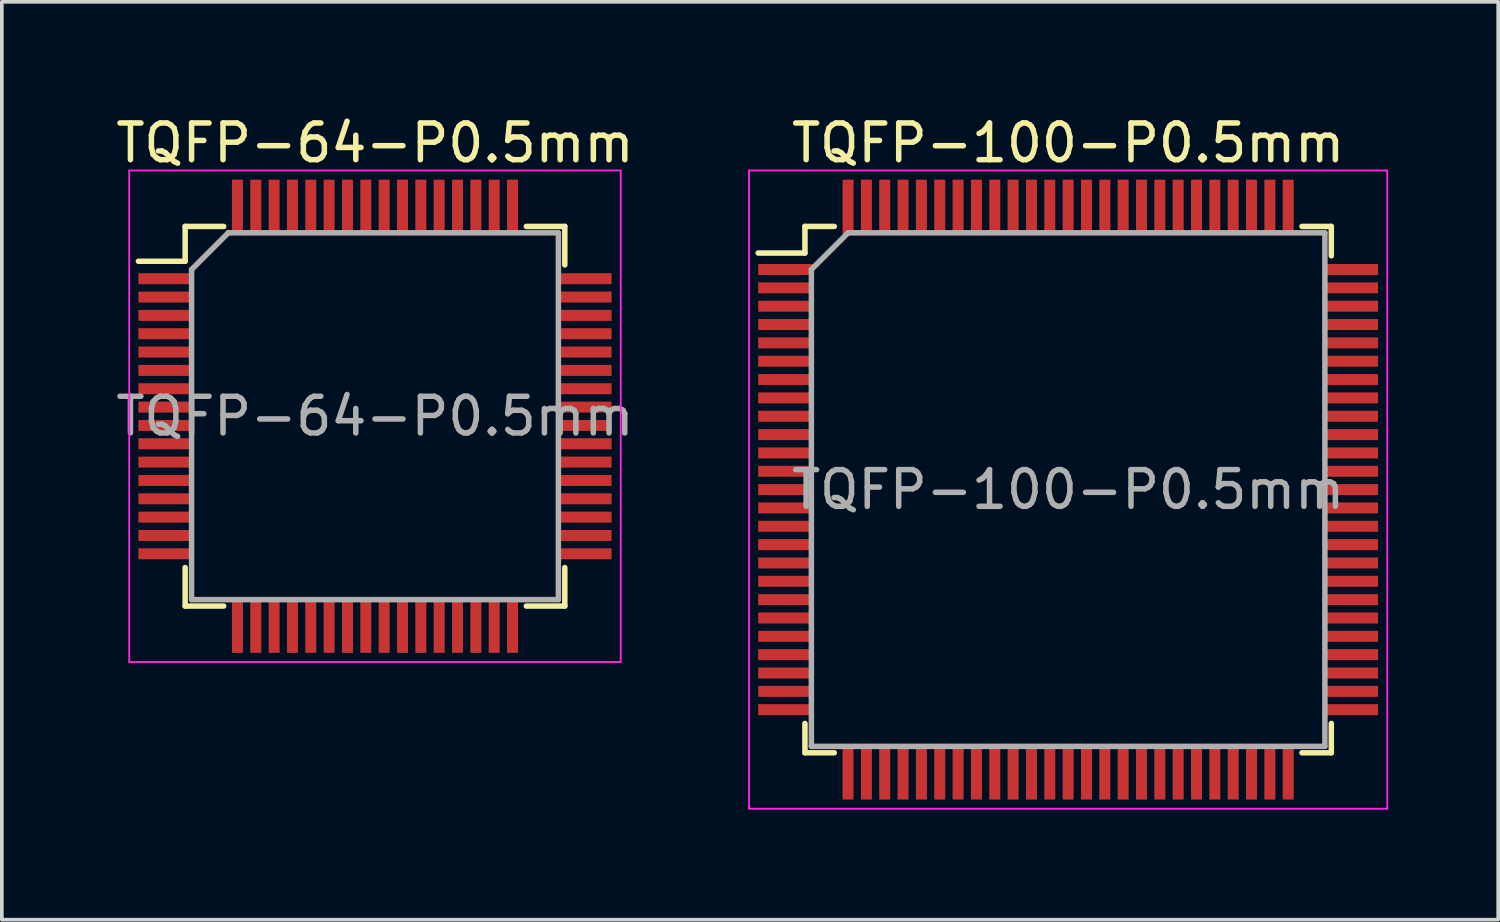
<source format=kicad_pcb>
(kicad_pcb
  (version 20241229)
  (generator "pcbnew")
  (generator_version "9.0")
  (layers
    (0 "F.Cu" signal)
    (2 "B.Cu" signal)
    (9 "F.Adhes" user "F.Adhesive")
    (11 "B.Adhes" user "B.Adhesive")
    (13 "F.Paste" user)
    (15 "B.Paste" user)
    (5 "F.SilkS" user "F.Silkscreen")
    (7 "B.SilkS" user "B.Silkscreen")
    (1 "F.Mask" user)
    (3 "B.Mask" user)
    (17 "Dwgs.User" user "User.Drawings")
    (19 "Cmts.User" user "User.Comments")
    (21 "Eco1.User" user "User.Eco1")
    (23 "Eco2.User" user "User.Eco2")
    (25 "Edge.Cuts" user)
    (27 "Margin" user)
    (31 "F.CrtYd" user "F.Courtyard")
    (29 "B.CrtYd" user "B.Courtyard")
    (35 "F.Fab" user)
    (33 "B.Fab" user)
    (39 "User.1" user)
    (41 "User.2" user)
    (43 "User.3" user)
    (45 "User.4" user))
  (footprint "TQFP-100-P0.5mm"
    (layer "F.Cu")
    (at 26.07 10.298)
    (property "Reference" "TQFP-100-P0.5mm" (at 0 -9.45 0) (layer "F.SilkS") (effects (font (size 1 1) (thickness 0.15))))
    (attr smd)
    (fp_line (start -7.175 -7.175) (end -7.175 -6.45) (stroke (width 0.15) (type solid)) (layer "F.SilkS"))
    (fp_line (start -7.175 -7.175) (end -6.375 -7.175) (stroke (width 0.15) (type solid)) (layer "F.SilkS"))
    (fp_line (start -7.175 -6.45) (end -8.45 -6.45) (stroke (width 0.15) (type solid)) (layer "F.SilkS"))
    (fp_line (start -7.175 7.175) (end -7.175 6.375) (stroke (width 0.15) (type solid)) (layer "F.SilkS"))
    (fp_line (start -7.175 7.175) (end -6.375 7.175) (stroke (width 0.15) (type solid)) (layer "F.SilkS"))
    (fp_line (start 7.175 -7.175) (end 6.375 -7.175) (stroke (width 0.15) (type solid)) (layer "F.SilkS"))
    (fp_line (start 7.175 -7.175) (end 7.175 -6.375) (stroke (width 0.15) (type solid)) (layer "F.SilkS"))
    (fp_line (start 7.175 7.175) (end 6.375 7.175) (stroke (width 0.15) (type solid)) (layer "F.SilkS"))
    (fp_line (start 7.175 7.175) (end 7.175 6.375) (stroke (width 0.15) (type solid)) (layer "F.SilkS"))
    (fp_line (start -8.7 -8.7) (end -8.7 8.7) (stroke (width 0.05) (type solid)) (layer "F.CrtYd"))
    (fp_line (start -8.7 -8.7) (end 8.7 -8.7) (stroke (width 0.05) (type solid)) (layer "F.CrtYd"))
    (fp_line (start -8.7 8.7) (end 8.7 8.7) (stroke (width 0.05) (type solid)) (layer "F.CrtYd"))
    (fp_line (start 8.7 -8.7) (end 8.7 8.7) (stroke (width 0.05) (type solid)) (layer "F.CrtYd"))
    (fp_line (start -7 -6) (end -6 -7) (stroke (width 0.15) (type solid)) (layer "F.Fab"))
    (fp_line (start -7 7) (end -7 -6) (stroke (width 0.15) (type solid)) (layer "F.Fab"))
    (fp_line (start -6 -7) (end 7 -7) (stroke (width 0.15) (type solid)) (layer "F.Fab"))
    (fp_line (start 7 -7) (end 7 7) (stroke (width 0.15) (type solid)) (layer "F.Fab"))
    (fp_line (start 7 7) (end -7 7) (stroke (width 0.15) (type solid)) (layer "F.Fab"))
    (fp_text user "${REFERENCE}" (at 0 0 0) (layer "F.Fab") (effects (font (size 1 1) (thickness 0.15))))
    (pad "1" smd rect (at -7.7 -6) (size 1.5 0.3) (layers "F.Cu" "F.Mask" "F.Paste"))
    (pad "2" smd rect (at -7.7 -5.5) (size 1.5 0.3) (layers "F.Cu" "F.Mask" "F.Paste"))
    (pad "3" smd rect (at -7.7 -5) (size 1.5 0.3) (layers "F.Cu" "F.Mask" "F.Paste"))
    (pad "4" smd rect (at -7.7 -4.5) (size 1.5 0.3) (layers "F.Cu" "F.Mask" "F.Paste"))
    (pad "5" smd rect (at -7.7 -4) (size 1.5 0.3) (layers "F.Cu" "F.Mask" "F.Paste"))
    (pad "6" smd rect (at -7.7 -3.5) (size 1.5 0.3) (layers "F.Cu" "F.Mask" "F.Paste"))
    (pad "7" smd rect (at -7.7 -3) (size 1.5 0.3) (layers "F.Cu" "F.Mask" "F.Paste"))
    (pad "8" smd rect (at -7.7 -2.5) (size 1.5 0.3) (layers "F.Cu" "F.Mask" "F.Paste"))
    (pad "9" smd rect (at -7.7 -2) (size 1.5 0.3) (layers "F.Cu" "F.Mask" "F.Paste"))
    (pad "10" smd rect (at -7.7 -1.5) (size 1.5 0.3) (layers "F.Cu" "F.Mask" "F.Paste"))
    (pad "11" smd rect (at -7.7 -1) (size 1.5 0.3) (layers "F.Cu" "F.Mask" "F.Paste"))
    (pad "12" smd rect (at -7.7 -0.5) (size 1.5 0.3) (layers "F.Cu" "F.Mask" "F.Paste"))
    (pad "13" smd rect (at -7.7 0) (size 1.5 0.3) (layers "F.Cu" "F.Mask" "F.Paste"))
    (pad "14" smd rect (at -7.7 0.5) (size 1.5 0.3) (layers "F.Cu" "F.Mask" "F.Paste"))
    (pad "15" smd rect (at -7.7 1) (size 1.5 0.3) (layers "F.Cu" "F.Mask" "F.Paste"))
    (pad "16" smd rect (at -7.7 1.5) (size 1.5 0.3) (layers "F.Cu" "F.Mask" "F.Paste"))
    (pad "17" smd rect (at -7.7 2) (size 1.5 0.3) (layers "F.Cu" "F.Mask" "F.Paste"))
    (pad "18" smd rect (at -7.7 2.5) (size 1.5 0.3) (layers "F.Cu" "F.Mask" "F.Paste"))
    (pad "19" smd rect (at -7.7 3) (size 1.5 0.3) (layers "F.Cu" "F.Mask" "F.Paste"))
    (pad "20" smd rect (at -7.7 3.5) (size 1.5 0.3) (layers "F.Cu" "F.Mask" "F.Paste"))
    (pad "21" smd rect (at -7.7 4) (size 1.5 0.3) (layers "F.Cu" "F.Mask" "F.Paste"))
    (pad "22" smd rect (at -7.7 4.5) (size 1.5 0.3) (layers "F.Cu" "F.Mask" "F.Paste"))
    (pad "23" smd rect (at -7.7 5) (size 1.5 0.3) (layers "F.Cu" "F.Mask" "F.Paste"))
    (pad "24" smd rect (at -7.7 5.5) (size 1.5 0.3) (layers "F.Cu" "F.Mask" "F.Paste"))
    (pad "25" smd rect (at -7.7 6) (size 1.5 0.3) (layers "F.Cu" "F.Mask" "F.Paste"))
    (pad "26" smd rect (at -6 7.7 90) (size 1.5 0.3) (layers "F.Cu" "F.Mask" "F.Paste"))
    (pad "27" smd rect (at -5.5 7.7 90) (size 1.5 0.3) (layers "F.Cu" "F.Mask" "F.Paste"))
    (pad "28" smd rect (at -5 7.7 90) (size 1.5 0.3) (layers "F.Cu" "F.Mask" "F.Paste"))
    (pad "29" smd rect (at -4.5 7.7 90) (size 1.5 0.3) (layers "F.Cu" "F.Mask" "F.Paste"))
    (pad "30" smd rect (at -4 7.7 90) (size 1.5 0.3) (layers "F.Cu" "F.Mask" "F.Paste"))
    (pad "31" smd rect (at -3.5 7.7 90) (size 1.5 0.3) (layers "F.Cu" "F.Mask" "F.Paste"))
    (pad "32" smd rect (at -3 7.7 90) (size 1.5 0.3) (layers "F.Cu" "F.Mask" "F.Paste"))
    (pad "33" smd rect (at -2.5 7.7 90) (size 1.5 0.3) (layers "F.Cu" "F.Mask" "F.Paste"))
    (pad "34" smd rect (at -2 7.7 90) (size 1.5 0.3) (layers "F.Cu" "F.Mask" "F.Paste"))
    (pad "35" smd rect (at -1.5 7.7 90) (size 1.5 0.3) (layers "F.Cu" "F.Mask" "F.Paste"))
    (pad "36" smd rect (at -1 7.7 90) (size 1.5 0.3) (layers "F.Cu" "F.Mask" "F.Paste"))
    (pad "37" smd rect (at -0.5 7.7 90) (size 1.5 0.3) (layers "F.Cu" "F.Mask" "F.Paste"))
    (pad "38" smd rect (at 0 7.7 90) (size 1.5 0.3) (layers "F.Cu" "F.Mask" "F.Paste"))
    (pad "39" smd rect (at 0.5 7.7 90) (size 1.5 0.3) (layers "F.Cu" "F.Mask" "F.Paste"))
    (pad "40" smd rect (at 1 7.7 90) (size 1.5 0.3) (layers "F.Cu" "F.Mask" "F.Paste"))
    (pad "41" smd rect (at 1.5 7.7 90) (size 1.5 0.3) (layers "F.Cu" "F.Mask" "F.Paste"))
    (pad "42" smd rect (at 2 7.7 90) (size 1.5 0.3) (layers "F.Cu" "F.Mask" "F.Paste"))
    (pad "43" smd rect (at 2.5 7.7 90) (size 1.5 0.3) (layers "F.Cu" "F.Mask" "F.Paste"))
    (pad "44" smd rect (at 3 7.7 90) (size 1.5 0.3) (layers "F.Cu" "F.Mask" "F.Paste"))
    (pad "45" smd rect (at 3.5 7.7 90) (size 1.5 0.3) (layers "F.Cu" "F.Mask" "F.Paste"))
    (pad "46" smd rect (at 4 7.7 90) (size 1.5 0.3) (layers "F.Cu" "F.Mask" "F.Paste"))
    (pad "47" smd rect (at 4.5 7.7 90) (size 1.5 0.3) (layers "F.Cu" "F.Mask" "F.Paste"))
    (pad "48" smd rect (at 5 7.7 90) (size 1.5 0.3) (layers "F.Cu" "F.Mask" "F.Paste"))
    (pad "49" smd rect (at 5.5 7.7 90) (size 1.5 0.3) (layers "F.Cu" "F.Mask" "F.Paste"))
    (pad "50" smd rect (at 6 7.7 90) (size 1.5 0.3) (layers "F.Cu" "F.Mask" "F.Paste"))
    (pad "51" smd rect (at 7.7 6) (size 1.5 0.3) (layers "F.Cu" "F.Mask" "F.Paste"))
    (pad "52" smd rect (at 7.7 5.5) (size 1.5 0.3) (layers "F.Cu" "F.Mask" "F.Paste"))
    (pad "53" smd rect (at 7.7 5) (size 1.5 0.3) (layers "F.Cu" "F.Mask" "F.Paste"))
    (pad "54" smd rect (at 7.7 4.5) (size 1.5 0.3) (layers "F.Cu" "F.Mask" "F.Paste"))
    (pad "55" smd rect (at 7.7 4) (size 1.5 0.3) (layers "F.Cu" "F.Mask" "F.Paste"))
    (pad "56" smd rect (at 7.7 3.5) (size 1.5 0.3) (layers "F.Cu" "F.Mask" "F.Paste"))
    (pad "57" smd rect (at 7.7 3) (size 1.5 0.3) (layers "F.Cu" "F.Mask" "F.Paste"))
    (pad "58" smd rect (at 7.7 2.5) (size 1.5 0.3) (layers "F.Cu" "F.Mask" "F.Paste"))
    (pad "59" smd rect (at 7.7 2) (size 1.5 0.3) (layers "F.Cu" "F.Mask" "F.Paste"))
    (pad "60" smd rect (at 7.7 1.5) (size 1.5 0.3) (layers "F.Cu" "F.Mask" "F.Paste"))
    (pad "61" smd rect (at 7.7 1) (size 1.5 0.3) (layers "F.Cu" "F.Mask" "F.Paste"))
    (pad "62" smd rect (at 7.7 0.5) (size 1.5 0.3) (layers "F.Cu" "F.Mask" "F.Paste"))
    (pad "63" smd rect (at 7.7 0) (size 1.5 0.3) (layers "F.Cu" "F.Mask" "F.Paste"))
    (pad "64" smd rect (at 7.7 -0.5) (size 1.5 0.3) (layers "F.Cu" "F.Mask" "F.Paste"))
    (pad "65" smd rect (at 7.7 -1) (size 1.5 0.3) (layers "F.Cu" "F.Mask" "F.Paste"))
    (pad "66" smd rect (at 7.7 -1.5) (size 1.5 0.3) (layers "F.Cu" "F.Mask" "F.Paste"))
    (pad "67" smd rect (at 7.7 -2) (size 1.5 0.3) (layers "F.Cu" "F.Mask" "F.Paste"))
    (pad "68" smd rect (at 7.7 -2.5) (size 1.5 0.3) (layers "F.Cu" "F.Mask" "F.Paste"))
    (pad "69" smd rect (at 7.7 -3) (size 1.5 0.3) (layers "F.Cu" "F.Mask" "F.Paste"))
    (pad "70" smd rect (at 7.7 -3.5) (size 1.5 0.3) (layers "F.Cu" "F.Mask" "F.Paste"))
    (pad "71" smd rect (at 7.7 -4) (size 1.5 0.3) (layers "F.Cu" "F.Mask" "F.Paste"))
    (pad "72" smd rect (at 7.7 -4.5) (size 1.5 0.3) (layers "F.Cu" "F.Mask" "F.Paste"))
    (pad "73" smd rect (at 7.7 -5) (size 1.5 0.3) (layers "F.Cu" "F.Mask" "F.Paste"))
    (pad "74" smd rect (at 7.7 -5.5) (size 1.5 0.3) (layers "F.Cu" "F.Mask" "F.Paste"))
    (pad "75" smd rect (at 7.7 -6) (size 1.5 0.3) (layers "F.Cu" "F.Mask" "F.Paste"))
    (pad "76" smd rect (at 6 -7.7 90) (size 1.5 0.3) (layers "F.Cu" "F.Mask" "F.Paste"))
    (pad "77" smd rect (at 5.5 -7.7 90) (size 1.5 0.3) (layers "F.Cu" "F.Mask" "F.Paste"))
    (pad "78" smd rect (at 5 -7.7 90) (size 1.5 0.3) (layers "F.Cu" "F.Mask" "F.Paste"))
    (pad "79" smd rect (at 4.5 -7.7 90) (size 1.5 0.3) (layers "F.Cu" "F.Mask" "F.Paste"))
    (pad "80" smd rect (at 4 -7.7 90) (size 1.5 0.3) (layers "F.Cu" "F.Mask" "F.Paste"))
    (pad "81" smd rect (at 3.5 -7.7 90) (size 1.5 0.3) (layers "F.Cu" "F.Mask" "F.Paste"))
    (pad "82" smd rect (at 3 -7.7 90) (size 1.5 0.3) (layers "F.Cu" "F.Mask" "F.Paste"))
    (pad "83" smd rect (at 2.5 -7.7 90) (size 1.5 0.3) (layers "F.Cu" "F.Mask" "F.Paste"))
    (pad "84" smd rect (at 2 -7.7 90) (size 1.5 0.3) (layers "F.Cu" "F.Mask" "F.Paste"))
    (pad "85" smd rect (at 1.5 -7.7 90) (size 1.5 0.3) (layers "F.Cu" "F.Mask" "F.Paste"))
    (pad "86" smd rect (at 1 -7.7 90) (size 1.5 0.3) (layers "F.Cu" "F.Mask" "F.Paste"))
    (pad "87" smd rect (at 0.5 -7.7 90) (size 1.5 0.3) (layers "F.Cu" "F.Mask" "F.Paste"))
    (pad "88" smd rect (at 0 -7.7 90) (size 1.5 0.3) (layers "F.Cu" "F.Mask" "F.Paste"))
    (pad "89" smd rect (at -0.5 -7.7 90) (size 1.5 0.3) (layers "F.Cu" "F.Mask" "F.Paste"))
    (pad "90" smd rect (at -1 -7.7 90) (size 1.5 0.3) (layers "F.Cu" "F.Mask" "F.Paste"))
    (pad "91" smd rect (at -1.5 -7.7 90) (size 1.5 0.3) (layers "F.Cu" "F.Mask" "F.Paste"))
    (pad "92" smd rect (at -2 -7.7 90) (size 1.5 0.3) (layers "F.Cu" "F.Mask" "F.Paste"))
    (pad "93" smd rect (at -2.5 -7.7 90) (size 1.5 0.3) (layers "F.Cu" "F.Mask" "F.Paste"))
    (pad "94" smd rect (at -3 -7.7 90) (size 1.5 0.3) (layers "F.Cu" "F.Mask" "F.Paste"))
    (pad "95" smd rect (at -3.5 -7.7 90) (size 1.5 0.3) (layers "F.Cu" "F.Mask" "F.Paste"))
    (pad "96" smd rect (at -4 -7.7 90) (size 1.5 0.3) (layers "F.Cu" "F.Mask" "F.Paste"))
    (pad "97" smd rect (at -4.5 -7.7 90) (size 1.5 0.3) (layers "F.Cu" "F.Mask" "F.Paste"))
    (pad "98" smd rect (at -5 -7.7 90) (size 1.5 0.3) (layers "F.Cu" "F.Mask" "F.Paste"))
    (pad "99" smd rect (at -5.5 -7.7 90) (size 1.5 0.3) (layers "F.Cu" "F.Mask" "F.Paste"))
    (pad "100" smd rect (at -6 -7.7 90) (size 1.5 0.3) (layers "F.Cu" "F.Mask" "F.Paste")))
  (footprint "TQFP-64-P0.5mm"
    (layer "F.Cu")
    (at 7.173 8.298)
    (property "Reference" "TQFP-64-P0.5mm" (at 0 -7.45 0) (layer "F.SilkS") (effects (font (size 1 1) (thickness 0.15))))
    (attr smd)
    (fp_line (start -5.175 -5.175) (end -5.175 -4.225) (stroke (width 0.15) (type solid)) (layer "F.SilkS"))
    (fp_line (start -5.175 -5.175) (end -4.125 -5.175) (stroke (width 0.15) (type solid)) (layer "F.SilkS"))
    (fp_line (start -5.175 -4.225) (end -6.45 -4.225) (stroke (width 0.15) (type solid)) (layer "F.SilkS"))
    (fp_line (start -5.175 5.175) (end -5.175 4.125) (stroke (width 0.15) (type solid)) (layer "F.SilkS"))
    (fp_line (start -5.175 5.175) (end -4.125 5.175) (stroke (width 0.15) (type solid)) (layer "F.SilkS"))
    (fp_line (start 5.175 -5.175) (end 4.125 -5.175) (stroke (width 0.15) (type solid)) (layer "F.SilkS"))
    (fp_line (start 5.175 -5.175) (end 5.175 -4.125) (stroke (width 0.15) (type solid)) (layer "F.SilkS"))
    (fp_line (start 5.175 5.175) (end 4.125 5.175) (stroke (width 0.15) (type solid)) (layer "F.SilkS"))
    (fp_line (start 5.175 5.175) (end 5.175 4.125) (stroke (width 0.15) (type solid)) (layer "F.SilkS"))
    (fp_line (start -6.7 -6.7) (end -6.7 6.7) (stroke (width 0.05) (type solid)) (layer "F.CrtYd"))
    (fp_line (start -6.7 -6.7) (end 6.7 -6.7) (stroke (width 0.05) (type solid)) (layer "F.CrtYd"))
    (fp_line (start -6.7 6.7) (end 6.7 6.7) (stroke (width 0.05) (type solid)) (layer "F.CrtYd"))
    (fp_line (start 6.7 -6.7) (end 6.7 6.7) (stroke (width 0.05) (type solid)) (layer "F.CrtYd"))
    (fp_line (start -5 -4) (end -4 -5) (stroke (width 0.15) (type solid)) (layer "F.Fab"))
    (fp_line (start -5 5) (end -5 -4) (stroke (width 0.15) (type solid)) (layer "F.Fab"))
    (fp_line (start -4 -5) (end 5 -5) (stroke (width 0.15) (type solid)) (layer "F.Fab"))
    (fp_line (start 5 -5) (end 5 5) (stroke (width 0.15) (type solid)) (layer "F.Fab"))
    (fp_line (start 5 5) (end -5 5) (stroke (width 0.15) (type solid)) (layer "F.Fab"))
    (fp_text user "${REFERENCE}" (at 0 0 0) (layer "F.Fab") (effects (font (size 1 1) (thickness 0.15))))
    (pad "1" smd rect (at -5.7 -3.75) (size 1.5 0.3) (layers "F.Cu" "F.Mask" "F.Paste"))
    (pad "2" smd rect (at -5.7 -3.25) (size 1.5 0.3) (layers "F.Cu" "F.Mask" "F.Paste"))
    (pad "3" smd rect (at -5.7 -2.75) (size 1.5 0.3) (layers "F.Cu" "F.Mask" "F.Paste"))
    (pad "4" smd rect (at -5.7 -2.25) (size 1.5 0.3) (layers "F.Cu" "F.Mask" "F.Paste"))
    (pad "5" smd rect (at -5.7 -1.75) (size 1.5 0.3) (layers "F.Cu" "F.Mask" "F.Paste"))
    (pad "6" smd rect (at -5.7 -1.25) (size 1.5 0.3) (layers "F.Cu" "F.Mask" "F.Paste"))
    (pad "7" smd rect (at -5.7 -0.75) (size 1.5 0.3) (layers "F.Cu" "F.Mask" "F.Paste"))
    (pad "8" smd rect (at -5.7 -0.25) (size 1.5 0.3) (layers "F.Cu" "F.Mask" "F.Paste"))
    (pad "9" smd rect (at -5.7 0.25) (size 1.5 0.3) (layers "F.Cu" "F.Mask" "F.Paste"))
    (pad "10" smd rect (at -5.7 0.75) (size 1.5 0.3) (layers "F.Cu" "F.Mask" "F.Paste"))
    (pad "11" smd rect (at -5.7 1.25) (size 1.5 0.3) (layers "F.Cu" "F.Mask" "F.Paste"))
    (pad "12" smd rect (at -5.7 1.75) (size 1.5 0.3) (layers "F.Cu" "F.Mask" "F.Paste"))
    (pad "13" smd rect (at -5.7 2.25) (size 1.5 0.3) (layers "F.Cu" "F.Mask" "F.Paste"))
    (pad "14" smd rect (at -5.7 2.75) (size 1.5 0.3) (layers "F.Cu" "F.Mask" "F.Paste"))
    (pad "15" smd rect (at -5.7 3.25) (size 1.5 0.3) (layers "F.Cu" "F.Mask" "F.Paste"))
    (pad "16" smd rect (at -5.7 3.75) (size 1.5 0.3) (layers "F.Cu" "F.Mask" "F.Paste"))
    (pad "17" smd rect (at -3.75 5.7 90) (size 1.5 0.3) (layers "F.Cu" "F.Mask" "F.Paste"))
    (pad "18" smd rect (at -3.25 5.7 90) (size 1.5 0.3) (layers "F.Cu" "F.Mask" "F.Paste"))
    (pad "19" smd rect (at -2.75 5.7 90) (size 1.5 0.3) (layers "F.Cu" "F.Mask" "F.Paste"))
    (pad "20" smd rect (at -2.25 5.7 90) (size 1.5 0.3) (layers "F.Cu" "F.Mask" "F.Paste"))
    (pad "21" smd rect (at -1.75 5.7 90) (size 1.5 0.3) (layers "F.Cu" "F.Mask" "F.Paste"))
    (pad "22" smd rect (at -1.25 5.7 90) (size 1.5 0.3) (layers "F.Cu" "F.Mask" "F.Paste"))
    (pad "23" smd rect (at -0.75 5.7 90) (size 1.5 0.3) (layers "F.Cu" "F.Mask" "F.Paste"))
    (pad "24" smd rect (at -0.25 5.7 90) (size 1.5 0.3) (layers "F.Cu" "F.Mask" "F.Paste"))
    (pad "25" smd rect (at 0.25 5.7 90) (size 1.5 0.3) (layers "F.Cu" "F.Mask" "F.Paste"))
    (pad "26" smd rect (at 0.75 5.7 90) (size 1.5 0.3) (layers "F.Cu" "F.Mask" "F.Paste"))
    (pad "27" smd rect (at 1.25 5.7 90) (size 1.5 0.3) (layers "F.Cu" "F.Mask" "F.Paste"))
    (pad "28" smd rect (at 1.75 5.7 90) (size 1.5 0.3) (layers "F.Cu" "F.Mask" "F.Paste"))
    (pad "29" smd rect (at 2.25 5.7 90) (size 1.5 0.3) (layers "F.Cu" "F.Mask" "F.Paste"))
    (pad "30" smd rect (at 2.75 5.7 90) (size 1.5 0.3) (layers "F.Cu" "F.Mask" "F.Paste"))
    (pad "31" smd rect (at 3.25 5.7 90) (size 1.5 0.3) (layers "F.Cu" "F.Mask" "F.Paste"))
    (pad "32" smd rect (at 3.75 5.7 90) (size 1.5 0.3) (layers "F.Cu" "F.Mask" "F.Paste"))
    (pad "33" smd rect (at 5.7 3.75) (size 1.5 0.3) (layers "F.Cu" "F.Mask" "F.Paste"))
    (pad "34" smd rect (at 5.7 3.25) (size 1.5 0.3) (layers "F.Cu" "F.Mask" "F.Paste"))
    (pad "35" smd rect (at 5.7 2.75) (size 1.5 0.3) (layers "F.Cu" "F.Mask" "F.Paste"))
    (pad "36" smd rect (at 5.7 2.25) (size 1.5 0.3) (layers "F.Cu" "F.Mask" "F.Paste"))
    (pad "37" smd rect (at 5.7 1.75) (size 1.5 0.3) (layers "F.Cu" "F.Mask" "F.Paste"))
    (pad "38" smd rect (at 5.7 1.25) (size 1.5 0.3) (layers "F.Cu" "F.Mask" "F.Paste"))
    (pad "39" smd rect (at 5.7 0.75) (size 1.5 0.3) (layers "F.Cu" "F.Mask" "F.Paste"))
    (pad "40" smd rect (at 5.7 0.25) (size 1.5 0.3) (layers "F.Cu" "F.Mask" "F.Paste"))
    (pad "41" smd rect (at 5.7 -0.25) (size 1.5 0.3) (layers "F.Cu" "F.Mask" "F.Paste"))
    (pad "42" smd rect (at 5.7 -0.75) (size 1.5 0.3) (layers "F.Cu" "F.Mask" "F.Paste"))
    (pad "43" smd rect (at 5.7 -1.25) (size 1.5 0.3) (layers "F.Cu" "F.Mask" "F.Paste"))
    (pad "44" smd rect (at 5.7 -1.75) (size 1.5 0.3) (layers "F.Cu" "F.Mask" "F.Paste"))
    (pad "45" smd rect (at 5.7 -2.25) (size 1.5 0.3) (layers "F.Cu" "F.Mask" "F.Paste"))
    (pad "46" smd rect (at 5.7 -2.75) (size 1.5 0.3) (layers "F.Cu" "F.Mask" "F.Paste"))
    (pad "47" smd rect (at 5.7 -3.25) (size 1.5 0.3) (layers "F.Cu" "F.Mask" "F.Paste"))
    (pad "48" smd rect (at 5.7 -3.75) (size 1.5 0.3) (layers "F.Cu" "F.Mask" "F.Paste"))
    (pad "49" smd rect (at 3.75 -5.7 90) (size 1.5 0.3) (layers "F.Cu" "F.Mask" "F.Paste"))
    (pad "50" smd rect (at 3.25 -5.7 90) (size 1.5 0.3) (layers "F.Cu" "F.Mask" "F.Paste"))
    (pad "51" smd rect (at 2.75 -5.7 90) (size 1.5 0.3) (layers "F.Cu" "F.Mask" "F.Paste"))
    (pad "52" smd rect (at 2.25 -5.7 90) (size 1.5 0.3) (layers "F.Cu" "F.Mask" "F.Paste"))
    (pad "53" smd rect (at 1.75 -5.7 90) (size 1.5 0.3) (layers "F.Cu" "F.Mask" "F.Paste"))
    (pad "54" smd rect (at 1.25 -5.7 90) (size 1.5 0.3) (layers "F.Cu" "F.Mask" "F.Paste"))
    (pad "55" smd rect (at 0.75 -5.7 90) (size 1.5 0.3) (layers "F.Cu" "F.Mask" "F.Paste"))
    (pad "56" smd rect (at 0.25 -5.7 90) (size 1.5 0.3) (layers "F.Cu" "F.Mask" "F.Paste"))
    (pad "57" smd rect (at -0.25 -5.7 90) (size 1.5 0.3) (layers "F.Cu" "F.Mask" "F.Paste"))
    (pad "58" smd rect (at -0.75 -5.7 90) (size 1.5 0.3) (layers "F.Cu" "F.Mask" "F.Paste"))
    (pad "59" smd rect (at -1.25 -5.7 90) (size 1.5 0.3) (layers "F.Cu" "F.Mask" "F.Paste"))
    (pad "60" smd rect (at -1.75 -5.7 90) (size 1.5 0.3) (layers "F.Cu" "F.Mask" "F.Paste"))
    (pad "61" smd rect (at -2.25 -5.7 90) (size 1.5 0.3) (layers "F.Cu" "F.Mask" "F.Paste"))
    (pad "62" smd rect (at -2.75 -5.7 90) (size 1.5 0.3) (layers "F.Cu" "F.Mask" "F.Paste"))
    (pad "63" smd rect (at -3.25 -5.7 90) (size 1.5 0.3) (layers "F.Cu" "F.Mask" "F.Paste"))
    (pad "64" smd rect (at -3.75 -5.7 90) (size 1.5 0.3) (layers "F.Cu" "F.Mask" "F.Paste")))
  (gr_rect
    (start -3 -3)
    (end 37.795 22.023)
    (stroke (width 0.1) (type default))
    (fill no)
    (layer "Edge.Cuts")))
</source>
